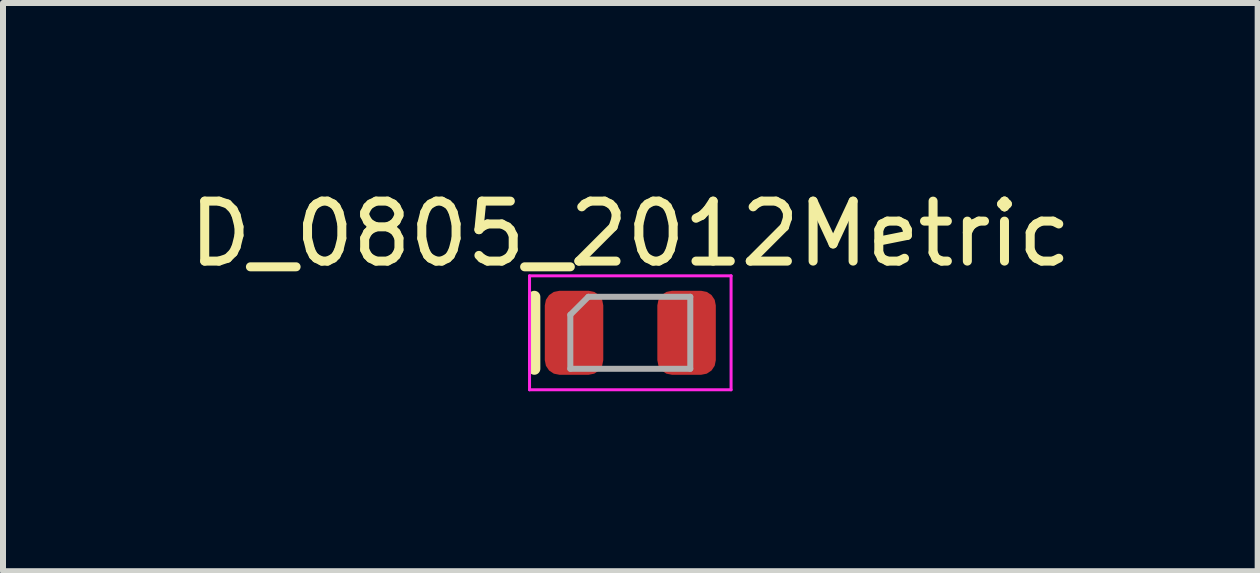
<source format=kicad_pcb>
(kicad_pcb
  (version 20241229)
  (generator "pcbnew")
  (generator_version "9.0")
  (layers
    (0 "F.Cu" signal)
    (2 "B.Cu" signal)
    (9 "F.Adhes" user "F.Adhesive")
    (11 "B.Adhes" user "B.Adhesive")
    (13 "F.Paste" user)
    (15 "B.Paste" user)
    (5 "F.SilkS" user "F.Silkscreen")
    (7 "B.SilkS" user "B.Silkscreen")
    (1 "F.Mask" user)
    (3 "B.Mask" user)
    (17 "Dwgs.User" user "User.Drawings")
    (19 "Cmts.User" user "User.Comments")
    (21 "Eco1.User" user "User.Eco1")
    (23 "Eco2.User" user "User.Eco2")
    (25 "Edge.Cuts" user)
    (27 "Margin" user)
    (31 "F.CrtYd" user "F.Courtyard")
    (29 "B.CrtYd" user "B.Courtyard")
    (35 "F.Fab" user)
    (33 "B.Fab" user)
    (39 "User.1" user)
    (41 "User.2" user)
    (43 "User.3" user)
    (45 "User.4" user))
  (footprint "D_0805_2012Metric"
    (layer "F.Cu")
    (at 7.458 2.498)
    (property "Reference" "D_0805_2012Metric" (at 0 -1.65 180) (layer "F.SilkS") (effects (font (size 1 1) (thickness 0.15))))
    (attr smd)
    (fp_line (start -1.6 -0.6) (end -1.6 0.6) (stroke (width 0.2) (type solid)) (layer "F.SilkS"))
    (fp_line (start -1.68 -0.95) (end 1.68 -0.95) (stroke (width 0.05) (type solid)) (layer "F.CrtYd"))
    (fp_line (start -1.68 0.95) (end -1.68 -0.95) (stroke (width 0.05) (type solid)) (layer "F.CrtYd"))
    (fp_line (start 1.68 -0.95) (end 1.68 0.95) (stroke (width 0.05) (type solid)) (layer "F.CrtYd"))
    (fp_line (start 1.68 0.95) (end -1.68 0.95) (stroke (width 0.05) (type solid)) (layer "F.CrtYd"))
    (fp_line (start -1 -0.3) (end -1 0.6) (stroke (width 0.1) (type solid)) (layer "F.Fab"))
    (fp_line (start -1 0.6) (end 1 0.6) (stroke (width 0.1) (type solid)) (layer "F.Fab"))
    (fp_line (start -0.7 -0.6) (end -1 -0.3) (stroke (width 0.1) (type solid)) (layer "F.Fab"))
    (fp_line (start 1 -0.6) (end -0.7 -0.6) (stroke (width 0.1) (type solid)) (layer "F.Fab"))
    (fp_line (start 1 0.6) (end 1 -0.6) (stroke (width 0.1) (type solid)) (layer "F.Fab"))
    (pad "1" smd roundrect (at -0.938 0) (size 0.975 1.4) (layers "F.Cu" "F.Mask" "F.Paste") (roundrect_rratio 0.25))
    (pad "2" smd roundrect (at 0.938 0) (size 0.975 1.4) (layers "F.Cu" "F.Mask" "F.Paste") (roundrect_rratio 0.25)))
  (gr_rect
    (start -3 -3)
    (end 17.917 6.473)
    (stroke (width 0.1) (type default))
    (fill no)
    (layer "Edge.Cuts")))
</source>
